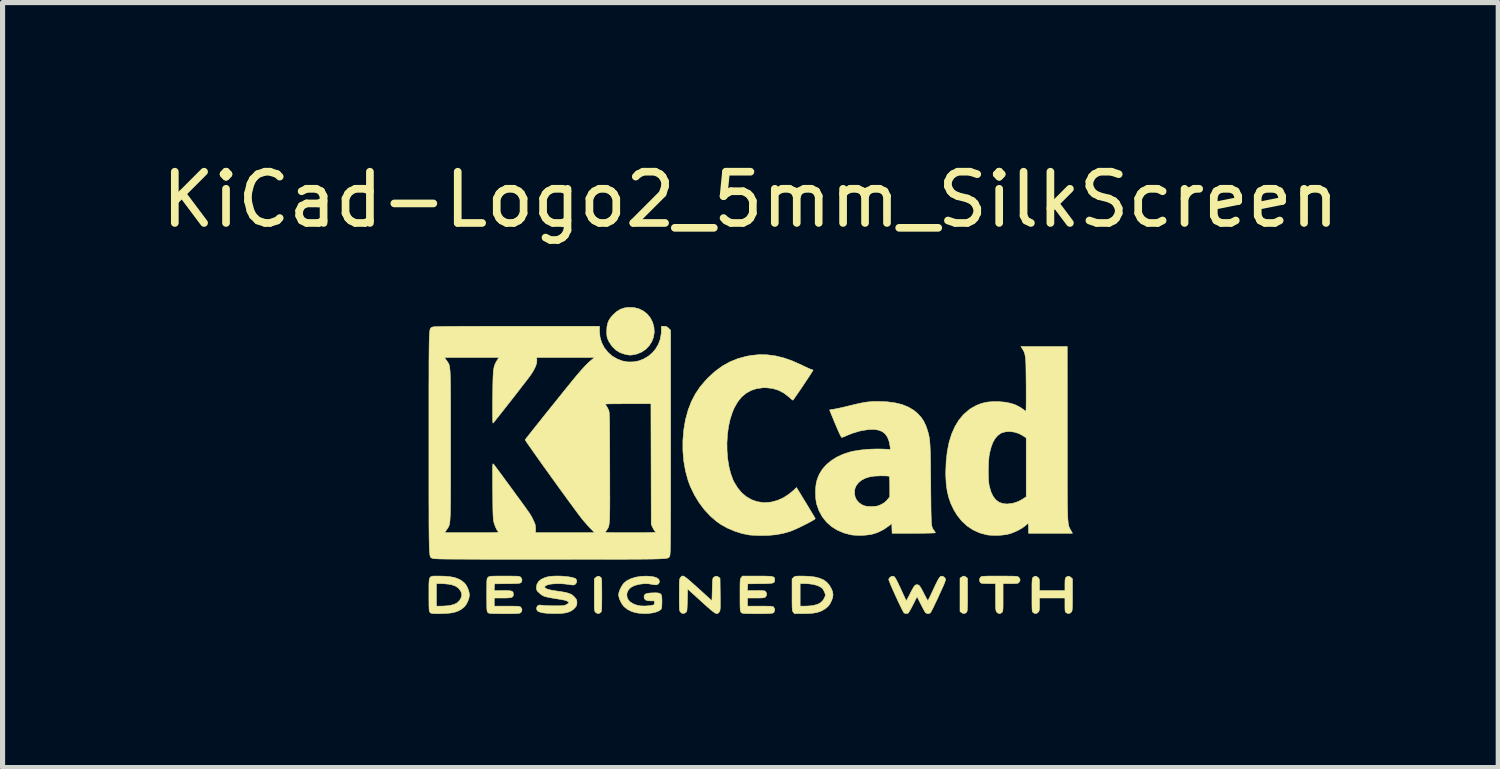
<source format=kicad_pcb>
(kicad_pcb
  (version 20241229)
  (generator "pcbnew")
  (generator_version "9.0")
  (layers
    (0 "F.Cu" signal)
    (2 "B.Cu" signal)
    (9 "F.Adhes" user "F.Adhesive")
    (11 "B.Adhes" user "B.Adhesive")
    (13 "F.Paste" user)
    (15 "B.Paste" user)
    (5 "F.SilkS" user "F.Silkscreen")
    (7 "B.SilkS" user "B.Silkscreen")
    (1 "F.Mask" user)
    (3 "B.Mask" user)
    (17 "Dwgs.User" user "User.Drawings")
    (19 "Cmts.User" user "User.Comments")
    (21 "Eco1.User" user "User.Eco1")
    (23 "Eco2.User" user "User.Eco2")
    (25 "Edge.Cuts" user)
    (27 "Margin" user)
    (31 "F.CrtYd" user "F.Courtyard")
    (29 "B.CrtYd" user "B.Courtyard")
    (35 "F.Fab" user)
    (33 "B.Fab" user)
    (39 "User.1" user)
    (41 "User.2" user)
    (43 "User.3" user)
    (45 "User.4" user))
  (footprint "KiCad-Logo2_5mm_SilkScreen"
    (layer "F.Cu")
    (at 11.601 5.928)
    (property "Reference" "KiCad-Logo2_5mm_SilkScreen" (at 0 -5.08 0) (layer "F.SilkS") (effects (font (size 1 1) (thickness 0.15))))
    (attr exclude_from_pos_files exclude_from_bom allow_missing_courtyard)
    (fp_poly (pts (xy 4.189 2.276) (xy 4.212 2.291) (xy 4.239 2.312) (xy 4.239 2.634) (xy 4.239 2.728) (xy 4.239 2.802) (xy 4.238 2.859) (xy 4.236 2.901) (xy 4.234 2.931) (xy 4.231 2.951) (xy 4.227 2.965) (xy 4.221 2.974) (xy 4.217 2.979) (xy 4.186 3) (xy 4.15 2.999) (xy 4.119 2.981) (xy 4.092 2.96) (xy 4.092 2.312) (xy 4.119 2.291) (xy 4.145 2.275) (xy 4.166 2.269) (xy 4.189 2.276)) (stroke (width 0.01) (type solid)) (fill yes) (layer "F.SilkS"))
    (fp_poly (pts (xy -2.924 2.292) (xy -2.917 2.299) (xy -2.912 2.309) (xy -2.908 2.324) (xy -2.905 2.346) (xy -2.903 2.378) (xy -2.902 2.422) (xy -2.902 2.482) (xy -2.901 2.56) (xy -2.901 2.636) (xy -2.901 2.73) (xy -2.902 2.804) (xy -2.902 2.86) (xy -2.904 2.902) (xy -2.906 2.932) (xy -2.909 2.952) (xy -2.913 2.965) (xy -2.919 2.974) (xy -2.924 2.98) (xy -2.957 3) (xy -2.992 2.998) (xy -3.023 2.977) (xy -3.031 2.968) (xy -3.036 2.959) (xy -3.041 2.945) (xy -3.044 2.924) (xy -3.046 2.895) (xy -3.047 2.853) (xy -3.048 2.796) (xy -3.048 2.722) (xy -3.048 2.638) (xy -3.048 2.324) (xy -3.02 2.297) (xy -2.986 2.273) (xy -2.953 2.273) (xy -2.924 2.292)) (stroke (width 0.01) (type solid)) (fill yes) (layer "F.SilkS"))
    (fp_poly (pts (xy -2.273 -2.973) (xy -2.177 -2.949) (xy -2.09 -2.906) (xy -2.015 -2.847) (xy -1.954 -2.772) (xy -1.909 -2.683) (xy -1.883 -2.586) (xy -1.877 -2.489) (xy -1.892 -2.395) (xy -1.926 -2.307) (xy -1.977 -2.228) (xy -2.042 -2.16) (xy -2.121 -2.106) (xy -2.212 -2.068) (xy -2.263 -2.056) (xy -2.308 -2.048) (xy -2.342 -2.045) (xy -2.375 -2.047) (xy -2.415 -2.054) (xy -2.449 -2.061) (xy -2.542 -2.092) (xy -2.626 -2.143) (xy -2.698 -2.213) (xy -2.756 -2.298) (xy -2.77 -2.326) (xy -2.787 -2.362) (xy -2.797 -2.392) (xy -2.802 -2.425) (xy -2.805 -2.466) (xy -2.805 -2.512) (xy -2.801 -2.596) (xy -2.787 -2.665) (xy -2.762 -2.726) (xy -2.723 -2.784) (xy -2.684 -2.829) (xy -2.612 -2.895) (xy -2.537 -2.94) (xy -2.455 -2.967) (xy -2.377 -2.977) (xy -2.273 -2.973)) (stroke (width 0.01) (type solid)) (fill yes) (layer "F.SilkS"))
    (fp_poly (pts (xy 4.963 2.269) (xy 5.042 2.27) (xy 5.103 2.27) (xy 5.149 2.272) (xy 5.182 2.274) (xy 5.205 2.277) (xy 5.221 2.28) (xy 5.231 2.285) (xy 5.236 2.289) (xy 5.261 2.321) (xy 5.265 2.355) (xy 5.249 2.386) (xy 5.238 2.398) (xy 5.227 2.406) (xy 5.211 2.412) (xy 5.186 2.414) (xy 5.147 2.416) (xy 5.09 2.416) (xy 5.079 2.416) (xy 4.933 2.416) (xy 4.933 2.687) (xy 4.933 2.772) (xy 4.933 2.838) (xy 4.932 2.887) (xy 4.93 2.922) (xy 4.927 2.946) (xy 4.923 2.962) (xy 4.918 2.972) (xy 4.911 2.98) (xy 4.878 3) (xy 4.843 2.999) (xy 4.812 2.976) (xy 4.81 2.973) (xy 4.802 2.962) (xy 4.797 2.95) (xy 4.793 2.933) (xy 4.79 2.908) (xy 4.788 2.872) (xy 4.787 2.822) (xy 4.787 2.755) (xy 4.786 2.68) (xy 4.786 2.416) (xy 4.647 2.416) (xy 4.587 2.415) (xy 4.546 2.414) (xy 4.519 2.411) (xy 4.502 2.405) (xy 4.49 2.397) (xy 4.489 2.395) (xy 4.473 2.362) (xy 4.474 2.324) (xy 4.493 2.292) (xy 4.5 2.285) (xy 4.51 2.28) (xy 4.524 2.276) (xy 4.545 2.274) (xy 4.575 2.272) (xy 4.618 2.27) (xy 4.676 2.269) (xy 4.75 2.269) (xy 4.844 2.269) (xy 4.864 2.269) (xy 4.963 2.269)) (stroke (width 0.01) (type solid)) (fill yes) (layer "F.SilkS"))
    (fp_poly (pts (xy 6.229 2.275) (xy 6.26 2.297) (xy 6.288 2.324) (xy 6.288 2.634) (xy 6.288 2.726) (xy 6.287 2.798) (xy 6.287 2.853) (xy 6.285 2.893) (xy 6.283 2.922) (xy 6.28 2.942) (xy 6.275 2.956) (xy 6.269 2.967) (xy 6.265 2.973) (xy 6.234 2.998) (xy 6.198 3) (xy 6.166 2.985) (xy 6.156 2.976) (xy 6.148 2.965) (xy 6.144 2.946) (xy 6.142 2.915) (xy 6.141 2.869) (xy 6.141 2.833) (xy 6.141 2.698) (xy 5.644 2.698) (xy 5.644 2.821) (xy 5.644 2.877) (xy 5.642 2.915) (xy 5.638 2.941) (xy 5.63 2.96) (xy 5.621 2.973) (xy 5.59 2.998) (xy 5.555 3.001) (xy 5.522 2.983) (xy 5.513 2.974) (xy 5.506 2.962) (xy 5.502 2.943) (xy 5.499 2.914) (xy 5.498 2.87) (xy 5.497 2.808) (xy 5.497 2.794) (xy 5.497 2.678) (xy 5.497 2.582) (xy 5.497 2.504) (xy 5.497 2.443) (xy 5.498 2.396) (xy 5.5 2.361) (xy 5.502 2.335) (xy 5.505 2.318) (xy 5.51 2.306) (xy 5.515 2.298) (xy 5.52 2.292) (xy 5.552 2.272) (xy 5.585 2.275) (xy 5.617 2.297) (xy 5.629 2.311) (xy 5.638 2.327) (xy 5.642 2.35) (xy 5.644 2.384) (xy 5.644 2.436) (xy 5.644 2.551) (xy 6.141 2.551) (xy 6.141 2.433) (xy 6.142 2.378) (xy 6.144 2.341) (xy 6.148 2.317) (xy 6.155 2.301) (xy 6.164 2.292) (xy 6.196 2.272) (xy 6.229 2.275)) (stroke (width 0.01) (type solid)) (fill yes) (layer "F.SilkS"))
    (fp_poly (pts (xy 1.018 2.269) (xy 1.147 2.274) (xy 1.257 2.287) (xy 1.349 2.31) (xy 1.426 2.343) (xy 1.489 2.388) (xy 1.539 2.444) (xy 1.58 2.514) (xy 1.58 2.515) (xy 1.605 2.577) (xy 1.613 2.633) (xy 1.606 2.688) (xy 1.584 2.751) (xy 1.579 2.761) (xy 1.55 2.817) (xy 1.517 2.86) (xy 1.475 2.897) (xy 1.417 2.934) (xy 1.414 2.936) (xy 1.364 2.96) (xy 1.307 2.978) (xy 1.24 2.991) (xy 1.159 2.999) (xy 1.06 3.002) (xy 1.025 3.002) (xy 0.86 3.003) (xy 0.836 2.973) (xy 0.829 2.963) (xy 0.824 2.952) (xy 0.82 2.936) (xy 0.817 2.913) (xy 0.815 2.88) (xy 0.814 2.856) (xy 0.971 2.856) (xy 1.065 2.856) (xy 1.12 2.854) (xy 1.176 2.85) (xy 1.222 2.844) (xy 1.225 2.844) (xy 1.307 2.822) (xy 1.371 2.789) (xy 1.418 2.743) (xy 1.451 2.683) (xy 1.457 2.667) (xy 1.463 2.642) (xy 1.46 2.618) (xy 1.448 2.585) (xy 1.441 2.569) (xy 1.418 2.527) (xy 1.39 2.497) (xy 1.359 2.477) (xy 1.297 2.45) (xy 1.218 2.43) (xy 1.125 2.419) (xy 1.058 2.416) (xy 0.971 2.416) (xy 0.971 2.856) (xy 0.814 2.856) (xy 0.814 2.835) (xy 0.813 2.774) (xy 0.813 2.696) (xy 0.813 2.634) (xy 0.813 2.324) (xy 0.841 2.297) (xy 0.853 2.286) (xy 0.866 2.278) (xy 0.885 2.273) (xy 0.913 2.27) (xy 0.955 2.269) (xy 1.015 2.269) (xy 1.018 2.269)) (stroke (width 0.01) (type solid)) (fill yes) (layer "F.SilkS"))
    (fp_poly (pts (xy -6.121 2.269) (xy -6.082 2.269) (xy -5.966 2.272) (xy -5.869 2.281) (xy -5.788 2.295) (xy -5.719 2.317) (xy -5.658 2.347) (xy -5.604 2.387) (xy -5.584 2.404) (xy -5.552 2.443) (xy -5.523 2.497) (xy -5.5 2.557) (xy -5.488 2.615) (xy -5.486 2.636) (xy -5.494 2.695) (xy -5.516 2.759) (xy -5.547 2.82) (xy -5.584 2.868) (xy -5.59 2.874) (xy -5.641 2.915) (xy -5.696 2.947) (xy -5.76 2.971) (xy -5.834 2.988) (xy -5.924 2.998) (xy -6.031 3.002) (xy -6.08 3.003) (xy -6.142 3.003) (xy -6.186 3.001) (xy -6.215 2.999) (xy -6.234 2.994) (xy -6.247 2.987) (xy -6.254 2.98) (xy -6.261 2.973) (xy -6.266 2.963) (xy -6.27 2.948) (xy -6.273 2.926) (xy -6.274 2.894) (xy -6.276 2.85) (xy -6.276 2.79) (xy -6.277 2.712) (xy -6.277 2.636) (xy -6.277 2.535) (xy -6.277 2.454) (xy -6.276 2.416) (xy -6.13 2.416) (xy -6.13 2.856) (xy -6.037 2.856) (xy -5.981 2.854) (xy -5.922 2.85) (xy -5.873 2.844) (xy -5.872 2.844) (xy -5.792 2.825) (xy -5.731 2.795) (xy -5.684 2.753) (xy -5.655 2.707) (xy -5.636 2.656) (xy -5.638 2.608) (xy -5.659 2.557) (xy -5.7 2.504) (xy -5.758 2.465) (xy -5.833 2.438) (xy -5.883 2.429) (xy -5.939 2.423) (xy -6 2.418) (xy -6.051 2.416) (xy -6.054 2.416) (xy -6.13 2.416) (xy -6.276 2.416) (xy -6.275 2.392) (xy -6.271 2.345) (xy -6.263 2.312) (xy -6.25 2.29) (xy -6.23 2.277) (xy -6.203 2.27) (xy -6.167 2.269) (xy -6.121 2.269)) (stroke (width 0.01) (type solid)) (fill yes) (layer "F.SilkS"))
    (fp_poly (pts (xy -1.3 2.273) (xy -1.277 2.287) (xy -1.246 2.31) (xy -1.206 2.342) (xy -1.156 2.386) (xy -1.094 2.441) (xy -1.018 2.509) (xy -0.931 2.588) (xy -0.751 2.752) (xy -0.745 2.532) (xy -0.743 2.456) (xy -0.741 2.4) (xy -0.739 2.36) (xy -0.736 2.332) (xy -0.731 2.314) (xy -0.725 2.303) (xy -0.717 2.294) (xy -0.713 2.291) (xy -0.678 2.272) (xy -0.645 2.274) (xy -0.619 2.291) (xy -0.593 2.312) (xy -0.589 2.627) (xy -0.588 2.72) (xy -0.588 2.793) (xy -0.588 2.848) (xy -0.589 2.889) (xy -0.591 2.919) (xy -0.594 2.939) (xy -0.598 2.953) (xy -0.604 2.964) (xy -0.61 2.972) (xy -0.623 2.988) (xy -0.637 2.999) (xy -0.652 3.003) (xy -0.671 2.999) (xy -0.695 2.987) (xy -0.727 2.965) (xy -0.768 2.932) (xy -0.821 2.887) (xy -0.886 2.829) (xy -0.96 2.762) (xy -1.225 2.521) (xy -1.23 2.741) (xy -1.233 2.816) (xy -1.235 2.872) (xy -1.237 2.913) (xy -1.24 2.94) (xy -1.244 2.958) (xy -1.25 2.969) (xy -1.259 2.978) (xy -1.263 2.981) (xy -1.3 3) (xy -1.335 2.997) (xy -1.365 2.973) (xy -1.372 2.963) (xy -1.378 2.952) (xy -1.382 2.936) (xy -1.385 2.913) (xy -1.386 2.88) (xy -1.388 2.835) (xy -1.388 2.774) (xy -1.389 2.694) (xy -1.389 2.636) (xy -1.388 2.544) (xy -1.388 2.473) (xy -1.387 2.418) (xy -1.386 2.378) (xy -1.384 2.349) (xy -1.38 2.329) (xy -1.376 2.315) (xy -1.37 2.305) (xy -1.365 2.299) (xy -1.354 2.285) (xy -1.343 2.274) (xy -1.332 2.268) (xy -1.318 2.267) (xy -1.3 2.273)) (stroke (width 0.01) (type solid)) (fill yes) (layer "F.SilkS"))
    (fp_poly (pts (xy -1.95 2.275) (xy -1.882 2.286) (xy -1.829 2.304) (xy -1.795 2.327) (xy -1.785 2.341) (xy -1.776 2.372) (xy -1.782 2.4) (xy -1.802 2.427) (xy -1.834 2.44) (xy -1.879 2.439) (xy -1.914 2.432) (xy -1.992 2.419) (xy -2.072 2.418) (xy -2.162 2.428) (xy -2.186 2.433) (xy -2.269 2.456) (xy -2.334 2.491) (xy -2.38 2.537) (xy -2.407 2.592) (xy -2.413 2.621) (xy -2.409 2.68) (xy -2.386 2.732) (xy -2.345 2.776) (xy -2.288 2.811) (xy -2.219 2.837) (xy -2.138 2.852) (xy -2.048 2.854) (xy -1.951 2.845) (xy -1.945 2.844) (xy -1.907 2.836) (xy -1.885 2.83) (xy -1.876 2.819) (xy -1.874 2.802) (xy -1.874 2.793) (xy -1.874 2.754) (xy -1.942 2.754) (xy -2.003 2.75) (xy -2.044 2.737) (xy -2.068 2.714) (xy -2.077 2.679) (xy -2.077 2.674) (xy -2.072 2.645) (xy -2.054 2.623) (xy -2.022 2.609) (xy -1.972 2.601) (xy -1.923 2.598) (xy -1.852 2.596) (xy -1.801 2.599) (xy -1.766 2.609) (xy -1.744 2.628) (xy -1.733 2.66) (xy -1.728 2.708) (xy -1.727 2.77) (xy -1.729 2.84) (xy -1.733 2.887) (xy -1.74 2.912) (xy -1.741 2.914) (xy -1.78 2.946) (xy -1.837 2.97) (xy -1.909 2.988) (xy -1.991 2.999) (xy -2.081 3.001) (xy -2.175 2.994) (xy -2.23 2.986) (xy -2.316 2.962) (xy -2.396 2.922) (xy -2.463 2.87) (xy -2.473 2.86) (xy -2.506 2.816) (xy -2.536 2.762) (xy -2.559 2.706) (xy -2.572 2.654) (xy -2.574 2.635) (xy -2.567 2.593) (xy -2.55 2.542) (xy -2.524 2.488) (xy -2.495 2.439) (xy -2.469 2.406) (xy -2.408 2.357) (xy -2.329 2.319) (xy -2.235 2.29) (xy -2.129 2.274) (xy -2.032 2.27) (xy -1.95 2.275)) (stroke (width 0.01) (type solid)) (fill yes) (layer "F.SilkS"))
    (fp_poly (pts (xy 0.23 2.269) (xy 0.307 2.27) (xy 0.365 2.272) (xy 0.408 2.276) (xy 0.438 2.282) (xy 0.457 2.291) (xy 0.468 2.303) (xy 0.473 2.319) (xy 0.474 2.339) (xy 0.474 2.341) (xy 0.473 2.364) (xy 0.468 2.382) (xy 0.457 2.395) (xy 0.437 2.404) (xy 0.406 2.41) (xy 0.36 2.414) (xy 0.298 2.417) (xy 0.216 2.418) (xy 0.191 2.418) (xy -0.051 2.421) (xy -0.054 2.486) (xy -0.058 2.551) (xy 0.111 2.551) (xy 0.176 2.552) (xy 0.223 2.553) (xy 0.255 2.555) (xy 0.276 2.559) (xy 0.289 2.565) (xy 0.299 2.573) (xy 0.299 2.573) (xy 0.316 2.607) (xy 0.316 2.643) (xy 0.297 2.674) (xy 0.294 2.678) (xy 0.281 2.686) (xy 0.263 2.692) (xy 0.237 2.695) (xy 0.197 2.697) (xy 0.142 2.698) (xy 0.106 2.698) (xy -0.056 2.698) (xy -0.056 2.856) (xy 0.19 2.856) (xy 0.272 2.856) (xy 0.333 2.857) (xy 0.379 2.858) (xy 0.41 2.86) (xy 0.431 2.864) (xy 0.445 2.868) (xy 0.453 2.874) (xy 0.455 2.877) (xy 0.472 2.908) (xy 0.473 2.944) (xy 0.46 2.975) (xy 0.449 2.985) (xy 0.438 2.991) (xy 0.421 2.995) (xy 0.396 2.998) (xy 0.359 3) (xy 0.308 3.002) (xy 0.24 3.003) (xy 0.153 3.003) (xy 0.133 3.003) (xy 0.045 3.003) (xy -0.024 3.002) (xy -0.075 3.002) (xy -0.113 3) (xy -0.139 2.998) (xy -0.156 2.994) (xy -0.167 2.989) (xy -0.176 2.983) (xy -0.18 2.978) (xy -0.187 2.97) (xy -0.192 2.96) (xy -0.196 2.945) (xy -0.199 2.923) (xy -0.201 2.89) (xy -0.202 2.845) (xy -0.203 2.785) (xy -0.203 2.707) (xy -0.203 2.641) (xy -0.203 2.549) (xy -0.203 2.476) (xy -0.202 2.421) (xy -0.201 2.38) (xy -0.198 2.35) (xy -0.195 2.33) (xy -0.191 2.316) (xy -0.185 2.305) (xy -0.18 2.299) (xy -0.156 2.269) (xy 0.134 2.269) (xy 0.23 2.269)) (stroke (width 0.01) (type solid)) (fill yes) (layer "F.SilkS"))
    (fp_poly (pts (xy -4.713 2.269) (xy -4.643 2.27) (xy -4.591 2.27) (xy -4.553 2.272) (xy -4.526 2.274) (xy -4.508 2.278) (xy -4.496 2.283) (xy -4.487 2.289) (xy -4.484 2.292) (xy -4.464 2.323) (xy -4.46 2.359) (xy -4.473 2.391) (xy -4.48 2.397) (xy -4.489 2.403) (xy -4.505 2.408) (xy -4.529 2.412) (xy -4.566 2.414) (xy -4.617 2.416) (xy -4.685 2.418) (xy -4.748 2.418) (xy -4.995 2.421) (xy -4.999 2.486) (xy -5.002 2.551) (xy -4.834 2.551) (xy -4.761 2.552) (xy -4.708 2.555) (xy -4.671 2.56) (xy -4.647 2.57) (xy -4.634 2.586) (xy -4.629 2.607) (xy -4.628 2.628) (xy -4.631 2.653) (xy -4.64 2.671) (xy -4.659 2.684) (xy -4.691 2.692) (xy -4.738 2.696) (xy -4.804 2.698) (xy -4.84 2.698) (xy -5.001 2.698) (xy -5.001 2.856) (xy -4.753 2.856) (xy -4.671 2.856) (xy -4.609 2.857) (xy -4.564 2.858) (xy -4.532 2.86) (xy -4.511 2.863) (xy -4.496 2.868) (xy -4.487 2.874) (xy -4.482 2.879) (xy -4.465 2.906) (xy -4.459 2.929) (xy -4.467 2.959) (xy -4.482 2.98) (xy -4.49 2.987) (xy -4.5 2.992) (xy -4.515 2.996) (xy -4.538 2.999) (xy -4.571 3.001) (xy -4.618 3.002) (xy -4.68 3.003) (xy -4.761 3.003) (xy -4.803 3.003) (xy -4.894 3.003) (xy -4.964 3.002) (xy -5.017 3.002) (xy -5.056 3) (xy -5.083 2.998) (xy -5.101 2.994) (xy -5.113 2.99) (xy -5.122 2.983) (xy -5.125 2.98) (xy -5.132 2.973) (xy -5.137 2.963) (xy -5.141 2.948) (xy -5.144 2.926) (xy -5.146 2.894) (xy -5.147 2.849) (xy -5.147 2.789) (xy -5.148 2.711) (xy -5.148 2.638) (xy -5.148 2.545) (xy -5.147 2.471) (xy -5.147 2.415) (xy -5.146 2.374) (xy -5.144 2.345) (xy -5.141 2.325) (xy -5.136 2.312) (xy -5.131 2.303) (xy -5.123 2.295) (xy -5.122 2.294) (xy -5.113 2.286) (xy -5.103 2.28) (xy -5.089 2.276) (xy -5.067 2.273) (xy -5.036 2.271) (xy -4.993 2.27) (xy -4.934 2.269) (xy -4.857 2.269) (xy -4.802 2.269) (xy -4.713 2.269)) (stroke (width 0.01) (type solid)) (fill yes) (layer "F.SilkS"))
    (fp_poly (pts (xy 3.745 2.271) (xy 3.764 2.278) (xy 3.765 2.278) (xy 3.792 2.299) (xy 3.806 2.32) (xy 3.809 2.329) (xy 3.809 2.342) (xy 3.805 2.361) (xy 3.796 2.387) (xy 3.782 2.424) (xy 3.761 2.473) (xy 3.732 2.536) (xy 3.695 2.617) (xy 3.675 2.661) (xy 3.639 2.74) (xy 3.604 2.812) (xy 3.574 2.876) (xy 3.548 2.928) (xy 3.528 2.965) (xy 3.516 2.986) (xy 3.513 2.989) (xy 3.482 3.001) (xy 3.447 3) (xy 3.419 2.984) (xy 3.418 2.983) (xy 3.407 2.966) (xy 3.388 2.933) (xy 3.364 2.888) (xy 3.337 2.836) (xy 3.327 2.817) (xy 3.254 2.67) (xy 3.174 2.829) (xy 3.146 2.884) (xy 3.119 2.932) (xy 3.097 2.969) (xy 3.081 2.991) (xy 3.076 2.996) (xy 3.034 3.002) (xy 3 2.989) (xy 2.99 2.974) (xy 2.972 2.943) (xy 2.949 2.897) (xy 2.921 2.839) (xy 2.89 2.774) (xy 2.857 2.704) (xy 2.824 2.631) (xy 2.792 2.56) (xy 2.763 2.494) (xy 2.737 2.435) (xy 2.718 2.386) (xy 2.705 2.352) (xy 2.7 2.334) (xy 2.7 2.334) (xy 2.711 2.311) (xy 2.733 2.289) (xy 2.735 2.288) (xy 2.762 2.272) (xy 2.787 2.273) (xy 2.796 2.275) (xy 2.808 2.282) (xy 2.82 2.294) (xy 2.834 2.315) (xy 2.852 2.347) (xy 2.875 2.393) (xy 2.905 2.455) (xy 2.932 2.512) (xy 2.962 2.578) (xy 2.99 2.638) (xy 3.013 2.688) (xy 3.03 2.725) (xy 3.039 2.746) (xy 3.041 2.749) (xy 3.047 2.743) (xy 3.061 2.721) (xy 3.081 2.685) (xy 3.106 2.638) (xy 3.115 2.619) (xy 3.148 2.554) (xy 3.174 2.507) (xy 3.194 2.474) (xy 3.21 2.454) (xy 3.226 2.443) (xy 3.242 2.439) (xy 3.252 2.438) (xy 3.271 2.44) (xy 3.287 2.447) (xy 3.303 2.462) (xy 3.321 2.487) (xy 3.344 2.526) (xy 3.373 2.581) (xy 3.389 2.613) (xy 3.415 2.663) (xy 3.437 2.705) (xy 3.454 2.734) (xy 3.464 2.748) (xy 3.466 2.749) (xy 3.472 2.738) (xy 3.487 2.709) (xy 3.508 2.666) (xy 3.534 2.612) (xy 3.564 2.548) (xy 3.578 2.517) (xy 3.616 2.436) (xy 3.647 2.374) (xy 3.672 2.328) (xy 3.692 2.297) (xy 3.71 2.278) (xy 3.727 2.271) (xy 3.745 2.271)) (stroke (width 0.01) (type solid)) (fill yes) (layer "F.SilkS"))
    (fp_poly (pts (xy -3.692 2.27) (xy -3.617 2.276) (xy -3.547 2.284) (xy -3.487 2.295) (xy -3.44 2.308) (xy -3.41 2.323) (xy -3.406 2.327) (xy -3.39 2.362) (xy -3.395 2.397) (xy -3.419 2.428) (xy -3.421 2.429) (xy -3.435 2.438) (xy -3.45 2.443) (xy -3.471 2.443) (xy -3.503 2.44) (xy -3.552 2.432) (xy -3.556 2.432) (xy -3.629 2.423) (xy -3.707 2.418) (xy -3.786 2.418) (xy -3.859 2.422) (xy -3.922 2.43) (xy -3.968 2.443) (xy -3.971 2.444) (xy -4.005 2.463) (xy -4.017 2.482) (xy -4.008 2.5) (xy -3.978 2.518) (xy -3.929 2.535) (xy -3.861 2.549) (xy -3.816 2.556) (xy -3.721 2.57) (xy -3.647 2.582) (xy -3.588 2.594) (xy -3.542 2.608) (xy -3.506 2.623) (xy -3.476 2.641) (xy -3.449 2.664) (xy -3.428 2.686) (xy -3.403 2.717) (xy -3.391 2.743) (xy -3.387 2.776) (xy -3.387 2.788) (xy -3.39 2.828) (xy -3.401 2.857) (xy -3.421 2.883) (xy -3.462 2.924) (xy -3.508 2.954) (xy -3.562 2.976) (xy -3.627 2.991) (xy -3.707 2.999) (xy -3.805 3.001) (xy -3.821 3.001) (xy -3.887 3) (xy -3.952 2.997) (xy -4.009 2.992) (xy -4.052 2.987) (xy -4.055 2.987) (xy -4.098 2.976) (xy -4.134 2.964) (xy -4.154 2.952) (xy -4.173 2.922) (xy -4.174 2.886) (xy -4.158 2.854) (xy -4.154 2.851) (xy -4.139 2.84) (xy -4.12 2.835) (xy -4.091 2.836) (xy -4.056 2.84) (xy -4.016 2.844) (xy -3.96 2.847) (xy -3.895 2.849) (xy -3.828 2.85) (xy -3.81 2.85) (xy -3.742 2.85) (xy -3.692 2.849) (xy -3.657 2.846) (xy -3.63 2.841) (xy -3.609 2.834) (xy -3.596 2.828) (xy -3.568 2.811) (xy -3.55 2.796) (xy -3.547 2.792) (xy -3.553 2.774) (xy -3.579 2.757) (xy -3.624 2.741) (xy -3.687 2.728) (xy -3.705 2.725) (xy -3.801 2.71) (xy -3.878 2.697) (xy -3.938 2.686) (xy -3.984 2.676) (xy -4.021 2.665) (xy -4.049 2.653) (xy -4.073 2.639) (xy -4.096 2.622) (xy -4.119 2.601) (xy -4.127 2.594) (xy -4.155 2.567) (xy -4.17 2.545) (xy -4.176 2.52) (xy -4.177 2.489) (xy -4.167 2.428) (xy -4.136 2.376) (xy -4.085 2.333) (xy -4.013 2.3) (xy -3.962 2.285) (xy -3.907 2.275) (xy -3.841 2.27) (xy -3.768 2.268) (xy -3.692 2.27)) (stroke (width 0.01) (type solid)) (fill yes) (layer "F.SilkS"))
    (fp_poly (pts (xy 0.328 -2.051) (xy 0.489 -2.03) (xy 0.653 -1.99) (xy 0.822 -1.93) (xy 1 -1.851) (xy 1.011 -1.845) (xy 1.069 -1.817) (xy 1.121 -1.793) (xy 1.162 -1.775) (xy 1.19 -1.764) (xy 1.2 -1.761) (xy 1.219 -1.756) (xy 1.224 -1.752) (xy 1.218 -1.741) (xy 1.202 -1.715) (xy 1.177 -1.676) (xy 1.145 -1.626) (xy 1.107 -1.569) (xy 1.066 -1.507) (xy 1.023 -1.442) (xy 0.98 -1.379) (xy 0.939 -1.319) (xy 0.902 -1.265) (xy 0.871 -1.22) (xy 0.847 -1.186) (xy 0.832 -1.167) (xy 0.83 -1.165) (xy 0.82 -1.17) (xy 0.798 -1.187) (xy 0.767 -1.214) (xy 0.752 -1.228) (xy 0.655 -1.303) (xy 0.548 -1.359) (xy 0.433 -1.394) (xy 0.31 -1.408) (xy 0.241 -1.407) (xy 0.119 -1.39) (xy 0.01 -1.354) (xy -0.087 -1.299) (xy -0.174 -1.225) (xy -0.249 -1.131) (xy -0.314 -1.018) (xy -0.351 -0.931) (xy -0.395 -0.796) (xy -0.428 -0.648) (xy -0.448 -0.493) (xy -0.458 -0.333) (xy -0.456 -0.173) (xy -0.443 -0.016) (xy -0.419 0.133) (xy -0.384 0.271) (xy -0.338 0.395) (xy -0.322 0.429) (xy -0.253 0.543) (xy -0.173 0.64) (xy -0.081 0.718) (xy 0.02 0.777) (xy 0.13 0.816) (xy 0.247 0.834) (xy 0.289 0.835) (xy 0.41 0.824) (xy 0.531 0.791) (xy 0.649 0.737) (xy 0.762 0.663) (xy 0.854 0.585) (xy 0.9 0.54) (xy 1.081 0.837) (xy 1.127 0.911) (xy 1.168 0.98) (xy 1.204 1.039) (xy 1.233 1.088) (xy 1.254 1.124) (xy 1.265 1.144) (xy 1.266 1.147) (xy 1.258 1.157) (xy 1.233 1.174) (xy 1.193 1.197) (xy 1.142 1.225) (xy 1.084 1.255) (xy 1.021 1.287) (xy 0.958 1.318) (xy 0.896 1.346) (xy 0.839 1.371) (xy 0.791 1.391) (xy 0.768 1.399) (xy 0.634 1.437) (xy 0.496 1.462) (xy 0.349 1.475) (xy 0.222 1.477) (xy 0.154 1.476) (xy 0.088 1.474) (xy 0.031 1.471) (xy -0.013 1.468) (xy -0.027 1.466) (xy -0.166 1.438) (xy -0.307 1.392) (xy -0.445 1.334) (xy -0.572 1.264) (xy -0.649 1.211) (xy -0.777 1.103) (xy -0.895 0.977) (xy -1.002 0.835) (xy -1.095 0.681) (xy -1.173 0.518) (xy -1.217 0.401) (xy -1.267 0.217) (xy -1.301 0.023) (xy -1.318 -0.179) (xy -1.318 -0.382) (xy -1.301 -0.584) (xy -1.268 -0.781) (xy -1.217 -0.967) (xy -1.214 -0.978) (xy -1.151 -1.14) (xy -1.074 -1.288) (xy -0.981 -1.426) (xy -0.868 -1.558) (xy -0.825 -1.604) (xy -0.688 -1.728) (xy -0.549 -1.83) (xy -0.403 -1.912) (xy -0.249 -1.975) (xy -0.084 -2.02) (xy 0.011 -2.038) (xy 0.17 -2.054) (xy 0.328 -2.051)) (stroke (width 0.01) (type solid)) (fill yes) (layer "F.SilkS"))
    (fp_poly (pts (xy 6.187 -0.528) (xy 6.187 -0.293) (xy 6.187 -0.08) (xy 6.187 0.112) (xy 6.187 0.285) (xy 6.187 0.441) (xy 6.188 0.579) (xy 6.188 0.701) (xy 6.189 0.808) (xy 6.19 0.901) (xy 6.192 0.982) (xy 6.194 1.051) (xy 6.196 1.11) (xy 6.198 1.159) (xy 6.202 1.2) (xy 6.205 1.234) (xy 6.21 1.262) (xy 6.214 1.285) (xy 6.22 1.304) (xy 6.226 1.321) (xy 6.233 1.335) (xy 6.24 1.349) (xy 6.249 1.364) (xy 6.254 1.373) (xy 6.288 1.434) (xy 5.43 1.434) (xy 5.43 1.338) (xy 5.429 1.294) (xy 5.427 1.261) (xy 5.424 1.243) (xy 5.423 1.242) (xy 5.412 1.249) (xy 5.389 1.267) (xy 5.366 1.286) (xy 5.312 1.327) (xy 5.242 1.368) (xy 5.165 1.405) (xy 5.088 1.435) (xy 5.057 1.445) (xy 4.989 1.46) (xy 4.906 1.47) (xy 4.816 1.475) (xy 4.728 1.474) (xy 4.649 1.469) (xy 4.612 1.463) (xy 4.473 1.425) (xy 4.346 1.367) (xy 4.23 1.29) (xy 4.127 1.195) (xy 4.036 1.081) (xy 3.969 0.97) (xy 3.914 0.854) (xy 3.872 0.734) (xy 3.842 0.608) (xy 3.823 0.472) (xy 3.815 0.32) (xy 3.814 0.243) (xy 3.816 0.186) (xy 4.645 0.186) (xy 4.645 0.279) (xy 4.648 0.367) (xy 4.654 0.444) (xy 4.662 0.505) (xy 4.665 0.517) (xy 4.697 0.625) (xy 4.738 0.712) (xy 4.79 0.779) (xy 4.853 0.826) (xy 4.926 0.853) (xy 5.011 0.862) (xy 5.107 0.851) (xy 5.17 0.835) (xy 5.219 0.817) (xy 5.274 0.791) (xy 5.314 0.767) (xy 5.385 0.721) (xy 5.385 -0.429) (xy 5.317 -0.473) (xy 5.239 -0.514) (xy 5.155 -0.541) (xy 5.07 -0.553) (xy 4.988 -0.549) (xy 4.915 -0.53) (xy 4.883 -0.515) (xy 4.826 -0.472) (xy 4.777 -0.415) (xy 4.735 -0.342) (xy 4.701 -0.252) (xy 4.672 -0.141) (xy 4.671 -0.135) (xy 4.66 -0.073) (xy 4.653 0.005) (xy 4.648 0.093) (xy 4.645 0.186) (xy 3.816 0.186) (xy 3.822 0.03) (xy 3.844 -0.166) (xy 3.88 -0.345) (xy 3.93 -0.506) (xy 3.994 -0.65) (xy 4.071 -0.777) (xy 4.163 -0.886) (xy 4.268 -0.977) (xy 4.314 -1.008) (xy 4.415 -1.064) (xy 4.518 -1.104) (xy 4.628 -1.128) (xy 4.749 -1.138) (xy 4.842 -1.137) (xy 4.971 -1.126) (xy 5.084 -1.104) (xy 5.183 -1.07) (xy 5.271 -1.024) (xy 5.32 -0.99) (xy 5.349 -0.968) (xy 5.371 -0.953) (xy 5.379 -0.948) (xy 5.381 -0.959) (xy 5.382 -0.99) (xy 5.383 -1.037) (xy 5.384 -1.1) (xy 5.384 -1.173) (xy 5.384 -1.256) (xy 5.384 -1.344) (xy 5.384 -1.436) (xy 5.383 -1.528) (xy 5.382 -1.618) (xy 5.381 -1.704) (xy 5.38 -1.781) (xy 5.379 -1.848) (xy 5.377 -1.902) (xy 5.375 -1.94) (xy 5.375 -1.947) (xy 5.367 -2.018) (xy 5.356 -2.073) (xy 5.338 -2.12) (xy 5.312 -2.166) (xy 5.305 -2.176) (xy 5.281 -2.213) (xy 6.186 -2.213) (xy 6.187 -0.528)) (stroke (width 0.01) (type solid)) (fill yes) (layer "F.SilkS"))
    (fp_poly (pts (xy 2.674 -1.133) (xy 2.825 -1.113) (xy 2.961 -1.08) (xy 3.08 -1.032) (xy 3.185 -0.971) (xy 3.262 -0.907) (xy 3.331 -0.833) (xy 3.385 -0.753) (xy 3.428 -0.661) (xy 3.443 -0.618) (xy 3.456 -0.579) (xy 3.467 -0.543) (xy 3.477 -0.508) (xy 3.485 -0.472) (xy 3.492 -0.433) (xy 3.498 -0.39) (xy 3.503 -0.34) (xy 3.507 -0.283) (xy 3.51 -0.215) (xy 3.513 -0.136) (xy 3.515 -0.043) (xy 3.517 0.066) (xy 3.518 0.192) (xy 3.52 0.337) (xy 3.521 0.48) (xy 3.522 0.636) (xy 3.524 0.771) (xy 3.525 0.887) (xy 3.526 0.986) (xy 3.528 1.068) (xy 3.53 1.136) (xy 3.532 1.192) (xy 3.535 1.236) (xy 3.539 1.271) (xy 3.544 1.299) (xy 3.55 1.321) (xy 3.557 1.338) (xy 3.565 1.352) (xy 3.574 1.366) (xy 3.585 1.38) (xy 3.59 1.385) (xy 3.605 1.408) (xy 3.612 1.423) (xy 3.612 1.424) (xy 3.602 1.426) (xy 3.571 1.428) (xy 3.522 1.43) (xy 3.458 1.431) (xy 3.382 1.433) (xy 3.295 1.433) (xy 3.2 1.434) (xy 3.19 1.434) (xy 2.767 1.434) (xy 2.763 1.338) (xy 2.76 1.242) (xy 2.698 1.293) (xy 2.601 1.36) (xy 2.491 1.415) (xy 2.404 1.445) (xy 2.335 1.46) (xy 2.252 1.47) (xy 2.162 1.475) (xy 2.074 1.474) (xy 1.995 1.468) (xy 1.959 1.463) (xy 1.819 1.425) (xy 1.692 1.37) (xy 1.58 1.299) (xy 1.484 1.213) (xy 1.404 1.112) (xy 1.341 0.997) (xy 1.296 0.871) (xy 1.284 0.814) (xy 1.276 0.752) (xy 1.273 0.677) (xy 1.272 0.643) (xy 1.272 0.64) (xy 2.032 0.64) (xy 2.042 0.715) (xy 2.07 0.779) (xy 2.118 0.835) (xy 2.123 0.839) (xy 2.172 0.874) (xy 2.223 0.897) (xy 2.284 0.909) (xy 2.359 0.911) (xy 2.377 0.911) (xy 2.431 0.908) (xy 2.471 0.903) (xy 2.506 0.893) (xy 2.545 0.876) (xy 2.556 0.871) (xy 2.616 0.835) (xy 2.663 0.792) (xy 2.676 0.777) (xy 2.721 0.72) (xy 2.721 0.525) (xy 2.72 0.446) (xy 2.718 0.388) (xy 2.715 0.349) (xy 2.711 0.327) (xy 2.707 0.32) (xy 2.691 0.317) (xy 2.657 0.314) (xy 2.61 0.313) (xy 2.555 0.312) (xy 2.546 0.312) (xy 2.425 0.317) (xy 2.323 0.333) (xy 2.236 0.361) (xy 2.164 0.401) (xy 2.109 0.448) (xy 2.064 0.506) (xy 2.039 0.569) (xy 2.032 0.64) (xy 1.272 0.64) (xy 1.274 0.55) (xy 1.283 0.471) (xy 1.299 0.4) (xy 1.324 0.329) (xy 1.348 0.276) (xy 1.407 0.181) (xy 1.485 0.093) (xy 1.58 0.014) (xy 1.69 -0.055) (xy 1.813 -0.111) (xy 1.945 -0.154) (xy 2.009 -0.169) (xy 2.146 -0.191) (xy 2.294 -0.206) (xy 2.446 -0.212) (xy 2.572 -0.211) (xy 2.734 -0.204) (xy 2.727 -0.263) (xy 2.707 -0.362) (xy 2.676 -0.443) (xy 2.632 -0.506) (xy 2.575 -0.551) (xy 2.503 -0.58) (xy 2.416 -0.594) (xy 2.313 -0.591) (xy 2.275 -0.587) (xy 2.134 -0.562) (xy 1.997 -0.521) (xy 1.902 -0.483) (xy 1.857 -0.464) (xy 1.819 -0.448) (xy 1.792 -0.439) (xy 1.785 -0.437) (xy 1.775 -0.446) (xy 1.758 -0.475) (xy 1.734 -0.524) (xy 1.703 -0.594) (xy 1.665 -0.684) (xy 1.658 -0.7) (xy 1.628 -0.772) (xy 1.601 -0.838) (xy 1.578 -0.893) (xy 1.561 -0.936) (xy 1.55 -0.963) (xy 1.547 -0.972) (xy 1.557 -0.977) (xy 1.583 -0.982) (xy 1.611 -0.986) (xy 1.642 -0.991) (xy 1.689 -1) (xy 1.751 -1.013) (xy 1.821 -1.029) (xy 1.896 -1.047) (xy 1.925 -1.054) (xy 2.03 -1.08) (xy 2.117 -1.1) (xy 2.192 -1.115) (xy 2.258 -1.126) (xy 2.319 -1.133) (xy 2.381 -1.138) (xy 2.446 -1.14) (xy 2.504 -1.14) (xy 2.674 -1.133)) (stroke (width 0.01) (type solid)) (fill yes) (layer "F.SilkS"))
    (fp_poly (pts (xy -2.946 -2.511) (xy -2.936 -2.397) (xy -2.904 -2.289) (xy -2.853 -2.19) (xy -2.784 -2.102) (xy -2.699 -2.027) (xy -2.602 -1.97) (xy -2.496 -1.93) (xy -2.389 -1.911) (xy -2.283 -1.913) (xy -2.181 -1.932) (xy -2.085 -1.969) (xy -1.996 -2.021) (xy -1.917 -2.087) (xy -1.849 -2.167) (xy -1.796 -2.258) (xy -1.759 -2.359) (xy -1.74 -2.47) (xy -1.738 -2.52) (xy -1.738 -2.608) (xy -1.687 -2.608) (xy -1.65 -2.605) (xy -1.623 -2.593) (xy -1.596 -2.569) (xy -1.558 -2.531) (xy -1.558 -0.339) (xy -1.558 -0.077) (xy -1.558 0.163) (xy -1.558 0.383) (xy -1.558 0.583) (xy -1.558 0.764) (xy -1.558 0.928) (xy -1.559 1.074) (xy -1.559 1.205) (xy -1.559 1.32) (xy -1.56 1.421) (xy -1.561 1.509) (xy -1.561 1.585) (xy -1.562 1.65) (xy -1.563 1.704) (xy -1.564 1.749) (xy -1.565 1.786) (xy -1.567 1.815) (xy -1.568 1.837) (xy -1.57 1.854) (xy -1.572 1.866) (xy -1.574 1.874) (xy -1.576 1.88) (xy -1.577 1.882) (xy -1.581 1.889) (xy -1.585 1.895) (xy -1.589 1.901) (xy -1.594 1.906) (xy -1.601 1.911) (xy -1.611 1.916) (xy -1.625 1.92) (xy -1.645 1.923) (xy -1.669 1.926) (xy -1.701 1.929) (xy -1.741 1.931) (xy -1.789 1.934) (xy -1.846 1.935) (xy -1.914 1.937) (xy -1.994 1.938) (xy -2.085 1.939) (xy -2.19 1.94) (xy -2.309 1.94) (xy -2.443 1.941) (xy -2.593 1.941) (xy -2.76 1.941) (xy -2.945 1.942) (xy -3.149 1.942) (xy -3.372 1.942) (xy -3.616 1.941) (xy -3.881 1.941) (xy -3.92 1.941) (xy -4.187 1.941) (xy -4.432 1.941) (xy -4.657 1.941) (xy -4.861 1.941) (xy -5.047 1.941) (xy -5.215 1.941) (xy -5.366 1.94) (xy -5.501 1.94) (xy -5.62 1.939) (xy -5.725 1.939) (xy -5.817 1.938) (xy -5.896 1.938) (xy -5.964 1.937) (xy -6.021 1.936) (xy -6.069 1.935) (xy -6.107 1.933) (xy -6.138 1.932) (xy -6.162 1.931) (xy -6.18 1.929) (xy -6.192 1.927) (xy -6.201 1.925) (xy -6.205 1.923) (xy -6.214 1.92) (xy -6.221 1.917) (xy -6.229 1.915) (xy -6.235 1.911) (xy -6.241 1.906) (xy -6.246 1.897) (xy -6.251 1.885) (xy -6.255 1.869) (xy -6.259 1.846) (xy -6.262 1.818) (xy -6.265 1.781) (xy -6.268 1.737) (xy -6.27 1.683) (xy -6.271 1.618) (xy -6.273 1.543) (xy -6.274 1.455) (xy -6.275 1.354) (xy -6.276 1.239) (xy -6.276 1.11) (xy -6.276 0.964) (xy -6.277 0.802) (xy -6.277 0.621) (xy -6.277 0.422) (xy -6.277 0.204) (xy -6.277 -0.035) (xy -6.277 -0.296) (xy -6.277 -0.338) (xy -6.277 -0.601) (xy -6.277 -0.842) (xy -6.277 -1.063) (xy -6.277 -1.264) (xy -6.277 -1.446) (xy -6.276 -1.61) (xy -6.276 -1.757) (xy -6.276 -1.888) (xy -6.275 -1.998) (xy -5.972 -1.998) (xy -5.932 -1.94) (xy -5.921 -1.925) (xy -5.911 -1.911) (xy -5.902 -1.897) (xy -5.894 -1.883) (xy -5.887 -1.868) (xy -5.881 -1.849) (xy -5.875 -1.826) (xy -5.871 -1.798) (xy -5.867 -1.764) (xy -5.863 -1.722) (xy -5.861 -1.67) (xy -5.858 -1.609) (xy -5.857 -1.537) (xy -5.855 -1.452) (xy -5.855 -1.354) (xy -5.854 -1.24) (xy -5.853 -1.111) (xy -5.853 -0.965) (xy -5.853 -0.8) (xy -5.853 -0.616) (xy -5.853 -0.41) (xy -5.853 -0.288) (xy -5.853 -0.071) (xy -5.853 0.125) (xy -5.853 0.3) (xy -5.853 0.456) (xy -5.854 0.595) (xy -5.854 0.717) (xy -5.855 0.823) (xy -5.856 0.915) (xy -5.857 0.994) (xy -5.859 1.062) (xy -5.862 1.118) (xy -5.865 1.165) (xy -5.868 1.204) (xy -5.872 1.235) (xy -5.877 1.261) (xy -5.883 1.282) (xy -5.89 1.299) (xy -5.897 1.314) (xy -5.906 1.327) (xy -5.915 1.341) (xy -5.925 1.356) (xy -5.932 1.365) (xy -5.97 1.422) (xy -5.439 1.422) (xy -5.315 1.422) (xy -5.213 1.422) (xy -5.129 1.422) (xy -5.063 1.421) (xy -5.012 1.42) (xy -4.974 1.419) (xy -4.948 1.417) (xy -4.932 1.415) (xy -4.923 1.412) (xy -4.921 1.408) (xy -4.923 1.404) (xy -4.925 1.403) (xy -4.95 1.366) (xy -4.976 1.313) (xy -4.999 1.251) (xy -5.007 1.224) (xy -5.012 1.206) (xy -5.016 1.185) (xy -5.019 1.159) (xy -5.022 1.126) (xy -5.024 1.083) (xy -5.026 1.028) (xy -5.028 0.96) (xy -5.029 0.877) (xy -5.03 0.775) (xy -5.031 0.654) (xy -5.032 0.61) (xy -5.033 0.484) (xy -5.033 0.38) (xy -5.034 0.295) (xy -5.034 0.227) (xy -5.034 0.174) (xy -5.033 0.135) (xy -5.031 0.107) (xy -5.029 0.09) (xy -5.027 0.081) (xy -5.023 0.078) (xy -5.019 0.08) (xy -5.015 0.085) (xy -5.004 0.098) (xy -4.982 0.127) (xy -4.95 0.17) (xy -4.909 0.225) (xy -4.861 0.289) (xy -4.808 0.362) (xy -4.751 0.44) (xy -4.691 0.521) (xy -4.631 0.603) (xy -4.572 0.685) (xy -4.514 0.763) (xy -4.461 0.836) (xy -4.413 0.902) (xy -4.373 0.959) (xy -4.341 1.004) (xy -4.318 1.035) (xy -4.314 1.041) (xy -4.291 1.078) (xy -4.264 1.126) (xy -4.239 1.176) (xy -4.236 1.183) (xy -4.214 1.231) (xy -4.201 1.268) (xy -4.196 1.304) (xy -4.194 1.346) (xy -4.195 1.422) (xy -3.041 1.422) (xy -3.132 1.329) (xy -3.179 1.279) (xy -3.229 1.222) (xy -3.275 1.168) (xy -3.295 1.143) (xy -3.326 1.103) (xy -3.366 1.05) (xy -3.414 0.985) (xy -3.47 0.909) (xy -3.532 0.825) (xy -3.599 0.733) (xy -3.669 0.636) (xy -3.743 0.535) (xy -3.817 0.432) (xy -3.892 0.328) (xy -3.966 0.225) (xy -4.038 0.125) (xy -4.106 0.029) (xy -4.17 -0.061) (xy -4.229 -0.144) (xy -4.28 -0.218) (xy -4.324 -0.28) (xy -4.359 -0.33) (xy -4.383 -0.367) (xy -4.396 -0.387) (xy -4.398 -0.391) (xy -4.39 -0.403) (xy -4.369 -0.43) (xy -4.337 -0.471) (xy -4.294 -0.525) (xy -4.243 -0.589) (xy -4.185 -0.663) (xy -4.12 -0.744) (xy -4.051 -0.831) (xy -3.979 -0.921) (xy -3.904 -1.014) (xy -3.845 -1.088) (xy -2.834 -1.088) (xy -2.828 -1.075) (xy -2.813 -1.053) (xy -2.812 -1.052) (xy -2.793 -1.021) (xy -2.774 -0.985) (xy -2.77 -0.976) (xy -2.766 -0.968) (xy -2.763 -0.958) (xy -2.76 -0.945) (xy -2.758 -0.927) (xy -2.756 -0.904) (xy -2.754 -0.873) (xy -2.753 -0.833) (xy -2.751 -0.784) (xy -2.75 -0.723) (xy -2.749 -0.649) (xy -2.749 -0.561) (xy -2.748 -0.457) (xy -2.747 -0.337) (xy -2.747 -0.198) (xy -2.746 -0.039) (xy -2.746 0.14) (xy -2.745 0.325) (xy -2.745 0.489) (xy -2.745 0.633) (xy -2.744 0.759) (xy -2.745 0.868) (xy -2.745 0.961) (xy -2.747 1.04) (xy -2.748 1.106) (xy -2.75 1.161) (xy -2.753 1.206) (xy -2.757 1.242) (xy -2.761 1.271) (xy -2.766 1.295) (xy -2.772 1.313) (xy -2.779 1.329) (xy -2.787 1.344) (xy -2.797 1.358) (xy -2.805 1.37) (xy -2.822 1.396) (xy -2.832 1.414) (xy -2.834 1.417) (xy -2.823 1.418) (xy -2.791 1.419) (xy -2.742 1.42) (xy -2.677 1.421) (xy -2.599 1.422) (xy -2.51 1.422) (xy -2.411 1.422) (xy -2.342 1.422) (xy -2.237 1.422) (xy -2.141 1.422) (xy -2.054 1.421) (xy -1.98 1.419) (xy -1.921 1.418) (xy -1.879 1.416) (xy -1.855 1.414) (xy -1.851 1.412) (xy -1.859 1.398) (xy -1.867 1.39) (xy -1.88 1.372) (xy -1.897 1.342) (xy -1.909 1.318) (xy -1.936 1.259) (xy -1.939 0.082) (xy -1.942 -1.095) (xy -2.388 -1.095) (xy -2.486 -1.095) (xy -2.576 -1.094) (xy -2.657 -1.094) (xy -2.725 -1.093) (xy -2.779 -1.092) (xy -2.815 -1.09) (xy -2.833 -1.089) (xy -2.834 -1.088) (xy -3.845 -1.088) (xy -3.829 -1.107) (xy -3.755 -1.199) (xy -3.683 -1.289) (xy -3.615 -1.374) (xy -3.551 -1.452) (xy -3.494 -1.523) (xy -3.444 -1.584) (xy -3.403 -1.633) (xy -3.386 -1.654) (xy -3.3 -1.754) (xy -3.223 -1.838) (xy -3.154 -1.906) (xy -3.091 -1.96) (xy -3.082 -1.967) (xy -3.042 -1.998) (xy -4.174 -1.998) (xy -4.169 -1.95) (xy -4.172 -1.893) (xy -4.194 -1.825) (xy -4.234 -1.745) (xy -4.279 -1.673) (xy -4.295 -1.65) (xy -4.323 -1.612) (xy -4.361 -1.562) (xy -4.408 -1.501) (xy -4.462 -1.432) (xy -4.52 -1.356) (xy -4.582 -1.276) (xy -4.646 -1.194) (xy -4.71 -1.112) (xy -4.773 -1.032) (xy -4.832 -0.957) (xy -4.887 -0.888) (xy -4.935 -0.828) (xy -4.974 -0.778) (xy -5.004 -0.742) (xy -5.022 -0.72) (xy -5.025 -0.717) (xy -5.028 -0.725) (xy -5.03 -0.755) (xy -5.032 -0.807) (xy -5.033 -0.881) (xy -5.033 -0.977) (xy -5.033 -1.094) (xy -5.032 -1.214) (xy -5.03 -1.346) (xy -5.029 -1.457) (xy -5.027 -1.551) (xy -5.024 -1.629) (xy -5.021 -1.692) (xy -5.016 -1.745) (xy -5.009 -1.788) (xy -5.002 -1.823) (xy -4.992 -1.854) (xy -4.98 -1.882) (xy -4.965 -1.91) (xy -4.95 -1.935) (xy -4.912 -1.998) (xy -5.972 -1.998) (xy -6.275 -1.998) (xy -6.275 -2.004) (xy -6.274 -2.106) (xy -6.273 -2.195) (xy -6.272 -2.272) (xy -6.27 -2.337) (xy -6.269 -2.393) (xy -6.266 -2.438) (xy -6.264 -2.475) (xy -6.261 -2.505) (xy -6.258 -2.528) (xy -6.254 -2.546) (xy -6.25 -2.559) (xy -6.245 -2.568) (xy -6.24 -2.574) (xy -6.234 -2.579) (xy -6.228 -2.582) (xy -6.222 -2.586) (xy -6.216 -2.589) (xy -6.21 -2.592) (xy -6.202 -2.594) (xy -6.19 -2.596) (xy -6.173 -2.598) (xy -6.149 -2.6) (xy -6.118 -2.601) (xy -6.079 -2.602) (xy -6.03 -2.603) (xy -5.971 -2.604) (xy -5.899 -2.605) (xy -5.815 -2.606) (xy -5.718 -2.606) (xy -5.605 -2.607) (xy -5.476 -2.607) (xy -5.33 -2.607) (xy -5.166 -2.608) (xy -4.982 -2.608) (xy -4.778 -2.608) (xy -4.567 -2.608) (xy -2.946 -2.608) (xy -2.946 -2.511)) (stroke (width 0.01) (type solid)) (fill yes) (layer "F.SilkS")))
  (gr_rect
    (start -3 -3)
    (end 26.202 11.936)
    (stroke (width 0.1) (type default))
    (fill no)
    (layer "Edge.Cuts")))
</source>
